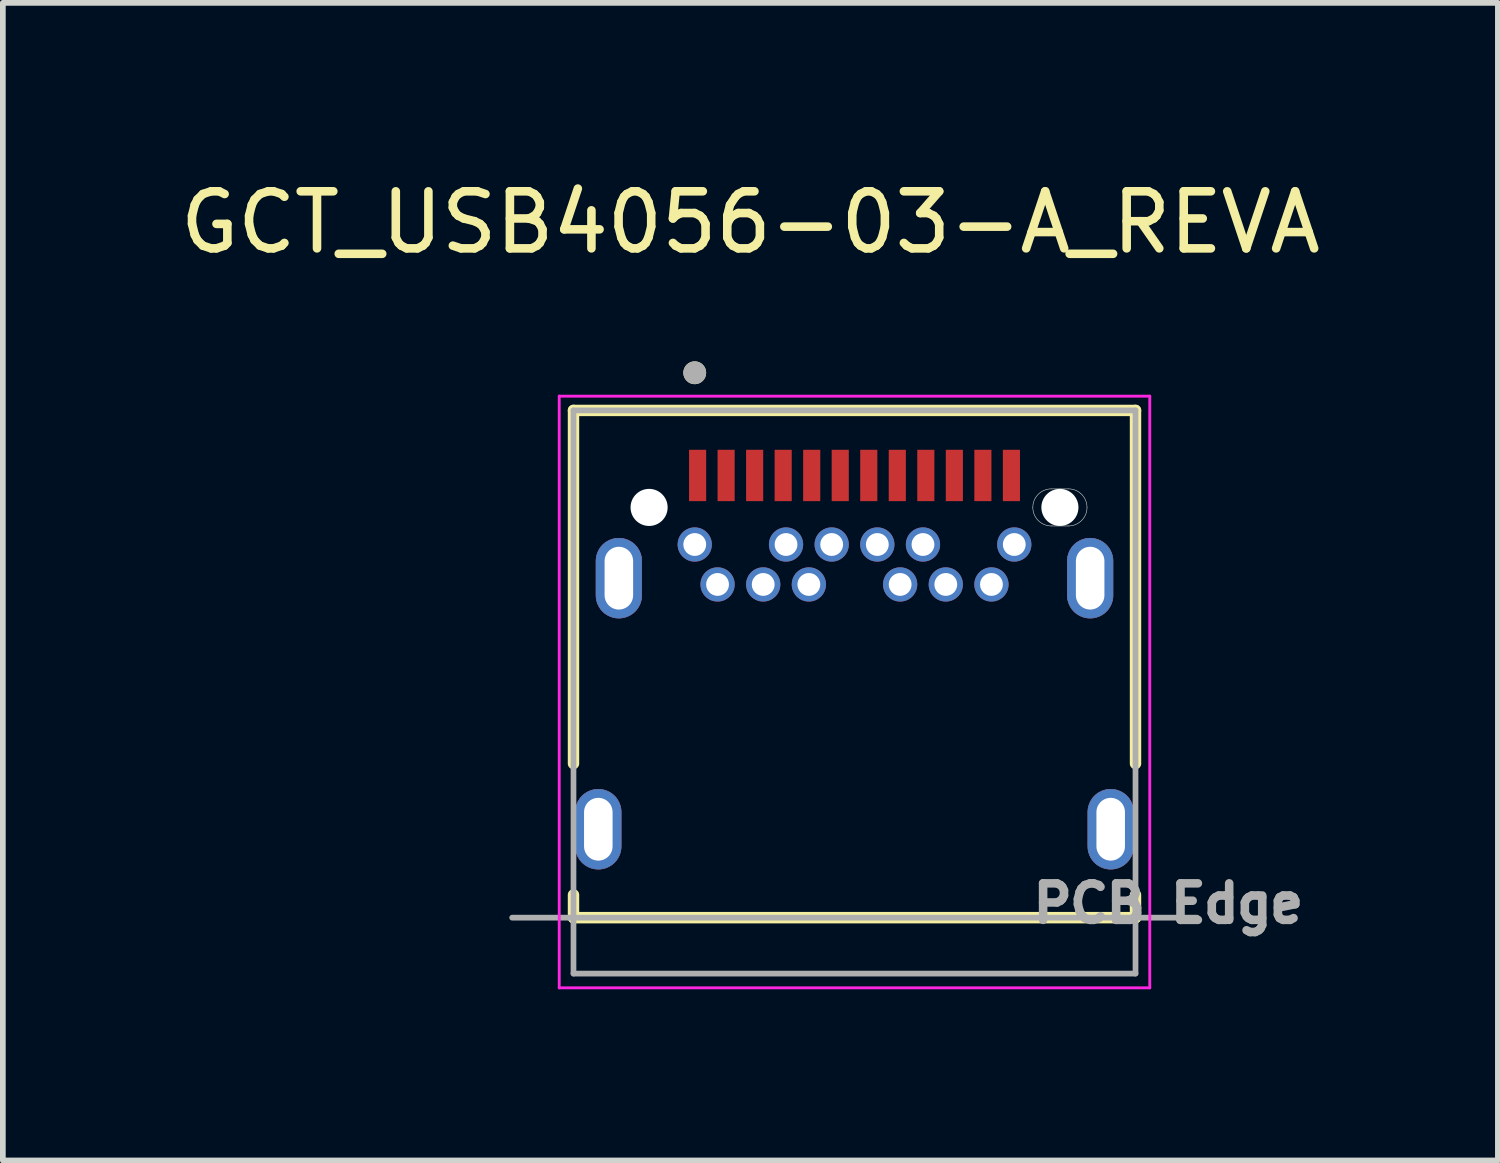
<source format=kicad_pcb>
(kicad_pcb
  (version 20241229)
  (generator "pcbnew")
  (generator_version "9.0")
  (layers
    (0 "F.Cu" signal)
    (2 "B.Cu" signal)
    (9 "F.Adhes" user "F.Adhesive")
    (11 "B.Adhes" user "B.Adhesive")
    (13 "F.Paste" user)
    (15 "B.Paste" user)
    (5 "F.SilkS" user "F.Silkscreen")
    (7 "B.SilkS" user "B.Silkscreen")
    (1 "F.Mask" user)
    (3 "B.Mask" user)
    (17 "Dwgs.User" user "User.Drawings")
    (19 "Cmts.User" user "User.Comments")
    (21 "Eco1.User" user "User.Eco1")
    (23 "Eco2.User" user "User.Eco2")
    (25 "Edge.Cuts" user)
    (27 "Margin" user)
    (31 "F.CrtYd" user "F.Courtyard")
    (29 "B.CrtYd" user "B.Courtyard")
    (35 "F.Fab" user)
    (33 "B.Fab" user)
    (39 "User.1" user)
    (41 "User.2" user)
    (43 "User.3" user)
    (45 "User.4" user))
  (footprint "GCT_USB4056-03-A_REVA"
    (layer "F.Cu")
    (at 11.926 11.483)
    (property "Reference" "GCT_USB4056-03-A_REVA" (at -1.825 -10.635 0) (layer "F.SilkS") (effects (font (size 1 1) (thickness 0.15))))
    (attr through_hole)
    (fp_poly (pts (xy -4.49 -0.7) (xy -4.511 -0.699) (xy -4.532 -0.698) (xy -4.553 -0.695) (xy -4.573 -0.691) (xy -4.594 -0.686) (xy -4.614 -0.68) (xy -4.633 -0.673) (xy -4.653 -0.665) (xy -4.672 -0.656) (xy -4.69 -0.646) (xy -4.708 -0.635) (xy -4.725 -0.624) (xy -4.742 -0.611) (xy -4.758 -0.597) (xy -4.773 -0.583) (xy -4.787 -0.568) (xy -4.801 -0.552) (xy -4.814 -0.535) (xy -4.825 -0.518) (xy -4.836 -0.5) (xy -4.846 -0.482) (xy -4.855 -0.463) (xy -4.863 -0.443) (xy -4.87 -0.424) (xy -4.876 -0.404) (xy -4.881 -0.383) (xy -4.885 -0.363) (xy -4.888 -0.342) (xy -4.889 -0.321) (xy -4.89 -0.3) (xy -4.89 0.3) (xy -4.889 0.321) (xy -4.888 0.342) (xy -4.885 0.363) (xy -4.881 0.383) (xy -4.876 0.404) (xy -4.87 0.424) (xy -4.863 0.443) (xy -4.855 0.463) (xy -4.846 0.482) (xy -4.836 0.5) (xy -4.825 0.518) (xy -4.814 0.535) (xy -4.801 0.552) (xy -4.787 0.568) (xy -4.773 0.583) (xy -4.758 0.597) (xy -4.742 0.611) (xy -4.725 0.624) (xy -4.708 0.635) (xy -4.69 0.646) (xy -4.672 0.656) (xy -4.653 0.665) (xy -4.633 0.673) (xy -4.614 0.68) (xy -4.594 0.686) (xy -4.573 0.691) (xy -4.553 0.695) (xy -4.532 0.698) (xy -4.511 0.699) (xy -4.49 0.7) (xy -4.469 0.699) (xy -4.448 0.698) (xy -4.427 0.695) (xy -4.407 0.691) (xy -4.386 0.686) (xy -4.366 0.68) (xy -4.347 0.673) (xy -4.327 0.665) (xy -4.308 0.656) (xy -4.29 0.646) (xy -4.272 0.635) (xy -4.255 0.624) (xy -4.238 0.611) (xy -4.222 0.597) (xy -4.207 0.583) (xy -4.193 0.568) (xy -4.179 0.552) (xy -4.166 0.535) (xy -4.155 0.518) (xy -4.144 0.5) (xy -4.134 0.482) (xy -4.125 0.463) (xy -4.117 0.443) (xy -4.11 0.424) (xy -4.104 0.404) (xy -4.099 0.383) (xy -4.095 0.363) (xy -4.092 0.342) (xy -4.091 0.321) (xy -4.09 0.3) (xy -4.09 -0.3) (xy -4.091 -0.321) (xy -4.092 -0.342) (xy -4.095 -0.363) (xy -4.099 -0.383) (xy -4.104 -0.404) (xy -4.11 -0.424) (xy -4.117 -0.443) (xy -4.125 -0.463) (xy -4.134 -0.482) (xy -4.144 -0.5) (xy -4.155 -0.518) (xy -4.166 -0.535) (xy -4.179 -0.552) (xy -4.193 -0.568) (xy -4.207 -0.583) (xy -4.222 -0.597) (xy -4.238 -0.611) (xy -4.255 -0.624) (xy -4.272 -0.635) (xy -4.29 -0.646) (xy -4.308 -0.656) (xy -4.327 -0.665) (xy -4.347 -0.673) (xy -4.366 -0.68) (xy -4.386 -0.686) (xy -4.407 -0.691) (xy -4.427 -0.695) (xy -4.448 -0.698) (xy -4.469 -0.699) (xy -4.49 -0.7)) (stroke (width 0.01) (type solid)) (fill yes) (layer "F.Cu"))
    (fp_poly (pts (xy -4.13 -5.1) (xy -4.151 -5.099) (xy -4.172 -5.098) (xy -4.193 -5.095) (xy -4.213 -5.091) (xy -4.234 -5.086) (xy -4.254 -5.08) (xy -4.273 -5.073) (xy -4.293 -5.065) (xy -4.312 -5.056) (xy -4.33 -5.046) (xy -4.348 -5.035) (xy -4.365 -5.024) (xy -4.382 -5.011) (xy -4.398 -4.997) (xy -4.413 -4.983) (xy -4.427 -4.968) (xy -4.441 -4.952) (xy -4.454 -4.935) (xy -4.465 -4.918) (xy -4.476 -4.9) (xy -4.486 -4.882) (xy -4.495 -4.863) (xy -4.503 -4.843) (xy -4.51 -4.824) (xy -4.516 -4.804) (xy -4.521 -4.783) (xy -4.525 -4.763) (xy -4.528 -4.742) (xy -4.529 -4.721) (xy -4.53 -4.7) (xy -4.53 -4.1) (xy -4.529 -4.079) (xy -4.528 -4.058) (xy -4.525 -4.037) (xy -4.521 -4.017) (xy -4.516 -3.996) (xy -4.51 -3.976) (xy -4.503 -3.957) (xy -4.495 -3.937) (xy -4.486 -3.918) (xy -4.476 -3.9) (xy -4.465 -3.882) (xy -4.454 -3.865) (xy -4.441 -3.848) (xy -4.427 -3.832) (xy -4.413 -3.817) (xy -4.398 -3.803) (xy -4.382 -3.789) (xy -4.365 -3.776) (xy -4.348 -3.765) (xy -4.33 -3.754) (xy -4.312 -3.744) (xy -4.293 -3.735) (xy -4.273 -3.727) (xy -4.254 -3.72) (xy -4.234 -3.714) (xy -4.213 -3.709) (xy -4.193 -3.705) (xy -4.172 -3.702) (xy -4.151 -3.701) (xy -4.13 -3.7) (xy -4.109 -3.701) (xy -4.088 -3.702) (xy -4.067 -3.705) (xy -4.047 -3.709) (xy -4.026 -3.714) (xy -4.006 -3.72) (xy -3.987 -3.727) (xy -3.967 -3.735) (xy -3.948 -3.744) (xy -3.93 -3.754) (xy -3.912 -3.765) (xy -3.895 -3.776) (xy -3.878 -3.789) (xy -3.862 -3.803) (xy -3.847 -3.817) (xy -3.833 -3.832) (xy -3.819 -3.848) (xy -3.806 -3.865) (xy -3.795 -3.882) (xy -3.784 -3.9) (xy -3.774 -3.918) (xy -3.765 -3.937) (xy -3.757 -3.957) (xy -3.75 -3.976) (xy -3.744 -3.996) (xy -3.739 -4.017) (xy -3.735 -4.037) (xy -3.732 -4.058) (xy -3.731 -4.079) (xy -3.73 -4.1) (xy -3.73 -4.7) (xy -3.731 -4.721) (xy -3.732 -4.742) (xy -3.735 -4.763) (xy -3.739 -4.783) (xy -3.744 -4.804) (xy -3.75 -4.824) (xy -3.757 -4.843) (xy -3.765 -4.863) (xy -3.774 -4.882) (xy -3.784 -4.9) (xy -3.795 -4.918) (xy -3.806 -4.935) (xy -3.819 -4.952) (xy -3.833 -4.968) (xy -3.847 -4.983) (xy -3.862 -4.997) (xy -3.878 -5.011) (xy -3.895 -5.024) (xy -3.912 -5.035) (xy -3.93 -5.046) (xy -3.948 -5.056) (xy -3.967 -5.065) (xy -3.987 -5.073) (xy -4.006 -5.08) (xy -4.026 -5.086) (xy -4.047 -5.091) (xy -4.067 -5.095) (xy -4.088 -5.098) (xy -4.109 -5.099) (xy -4.13 -5.1)) (stroke (width 0.01) (type solid)) (fill yes) (layer "F.Cu"))
    (fp_poly (pts (xy 4.13 -5.1) (xy 4.109 -5.099) (xy 4.088 -5.098) (xy 4.067 -5.095) (xy 4.047 -5.091) (xy 4.026 -5.086) (xy 4.006 -5.08) (xy 3.987 -5.073) (xy 3.967 -5.065) (xy 3.948 -5.056) (xy 3.93 -5.046) (xy 3.912 -5.035) (xy 3.895 -5.024) (xy 3.878 -5.011) (xy 3.862 -4.997) (xy 3.847 -4.983) (xy 3.833 -4.968) (xy 3.819 -4.952) (xy 3.806 -4.935) (xy 3.795 -4.918) (xy 3.784 -4.9) (xy 3.774 -4.882) (xy 3.765 -4.863) (xy 3.757 -4.843) (xy 3.75 -4.824) (xy 3.744 -4.804) (xy 3.739 -4.783) (xy 3.735 -4.763) (xy 3.732 -4.742) (xy 3.731 -4.721) (xy 3.73 -4.7) (xy 3.73 -4.1) (xy 3.731 -4.079) (xy 3.732 -4.058) (xy 3.735 -4.037) (xy 3.739 -4.017) (xy 3.744 -3.996) (xy 3.75 -3.976) (xy 3.757 -3.957) (xy 3.765 -3.937) (xy 3.774 -3.918) (xy 3.784 -3.9) (xy 3.795 -3.882) (xy 3.806 -3.865) (xy 3.819 -3.848) (xy 3.833 -3.832) (xy 3.847 -3.817) (xy 3.862 -3.803) (xy 3.878 -3.789) (xy 3.895 -3.776) (xy 3.912 -3.765) (xy 3.93 -3.754) (xy 3.948 -3.744) (xy 3.967 -3.735) (xy 3.987 -3.727) (xy 4.006 -3.72) (xy 4.026 -3.714) (xy 4.047 -3.709) (xy 4.067 -3.705) (xy 4.088 -3.702) (xy 4.109 -3.701) (xy 4.13 -3.7) (xy 4.151 -3.701) (xy 4.172 -3.702) (xy 4.193 -3.705) (xy 4.213 -3.709) (xy 4.234 -3.714) (xy 4.254 -3.72) (xy 4.273 -3.727) (xy 4.293 -3.735) (xy 4.312 -3.744) (xy 4.33 -3.754) (xy 4.348 -3.765) (xy 4.365 -3.776) (xy 4.382 -3.789) (xy 4.398 -3.803) (xy 4.413 -3.817) (xy 4.427 -3.832) (xy 4.441 -3.848) (xy 4.454 -3.865) (xy 4.465 -3.882) (xy 4.476 -3.9) (xy 4.486 -3.918) (xy 4.495 -3.937) (xy 4.503 -3.957) (xy 4.51 -3.976) (xy 4.516 -3.996) (xy 4.521 -4.017) (xy 4.525 -4.037) (xy 4.528 -4.058) (xy 4.529 -4.079) (xy 4.53 -4.1) (xy 4.53 -4.7) (xy 4.529 -4.721) (xy 4.528 -4.742) (xy 4.525 -4.763) (xy 4.521 -4.783) (xy 4.516 -4.804) (xy 4.51 -4.824) (xy 4.503 -4.843) (xy 4.495 -4.863) (xy 4.486 -4.882) (xy 4.476 -4.9) (xy 4.465 -4.918) (xy 4.454 -4.935) (xy 4.441 -4.952) (xy 4.427 -4.968) (xy 4.413 -4.983) (xy 4.398 -4.997) (xy 4.382 -5.011) (xy 4.365 -5.024) (xy 4.348 -5.035) (xy 4.33 -5.046) (xy 4.312 -5.056) (xy 4.293 -5.065) (xy 4.273 -5.073) (xy 4.254 -5.08) (xy 4.234 -5.086) (xy 4.213 -5.091) (xy 4.193 -5.095) (xy 4.172 -5.098) (xy 4.151 -5.099) (xy 4.13 -5.1)) (stroke (width 0.01) (type solid)) (fill yes) (layer "F.Cu"))
    (fp_poly (pts (xy 4.49 -0.7) (xy 4.469 -0.699) (xy 4.448 -0.698) (xy 4.427 -0.695) (xy 4.407 -0.691) (xy 4.386 -0.686) (xy 4.366 -0.68) (xy 4.347 -0.673) (xy 4.327 -0.665) (xy 4.308 -0.656) (xy 4.29 -0.646) (xy 4.272 -0.635) (xy 4.255 -0.624) (xy 4.238 -0.611) (xy 4.222 -0.597) (xy 4.207 -0.583) (xy 4.193 -0.568) (xy 4.179 -0.552) (xy 4.166 -0.535) (xy 4.155 -0.518) (xy 4.144 -0.5) (xy 4.134 -0.482) (xy 4.125 -0.463) (xy 4.117 -0.443) (xy 4.11 -0.424) (xy 4.104 -0.404) (xy 4.099 -0.383) (xy 4.095 -0.363) (xy 4.092 -0.342) (xy 4.091 -0.321) (xy 4.09 -0.3) (xy 4.09 0.3) (xy 4.091 0.321) (xy 4.092 0.342) (xy 4.095 0.363) (xy 4.099 0.383) (xy 4.104 0.404) (xy 4.11 0.424) (xy 4.117 0.443) (xy 4.125 0.463) (xy 4.134 0.482) (xy 4.144 0.5) (xy 4.155 0.518) (xy 4.166 0.535) (xy 4.179 0.552) (xy 4.193 0.568) (xy 4.207 0.583) (xy 4.222 0.597) (xy 4.238 0.611) (xy 4.255 0.624) (xy 4.272 0.635) (xy 4.29 0.646) (xy 4.308 0.656) (xy 4.327 0.665) (xy 4.347 0.673) (xy 4.366 0.68) (xy 4.386 0.686) (xy 4.407 0.691) (xy 4.427 0.695) (xy 4.448 0.698) (xy 4.469 0.699) (xy 4.49 0.7) (xy 4.511 0.699) (xy 4.532 0.698) (xy 4.553 0.695) (xy 4.573 0.691) (xy 4.594 0.686) (xy 4.614 0.68) (xy 4.633 0.673) (xy 4.653 0.665) (xy 4.672 0.656) (xy 4.69 0.646) (xy 4.708 0.635) (xy 4.725 0.624) (xy 4.742 0.611) (xy 4.758 0.597) (xy 4.773 0.583) (xy 4.787 0.568) (xy 4.801 0.552) (xy 4.814 0.535) (xy 4.825 0.518) (xy 4.836 0.5) (xy 4.846 0.482) (xy 4.855 0.463) (xy 4.863 0.443) (xy 4.87 0.424) (xy 4.876 0.404) (xy 4.881 0.383) (xy 4.885 0.363) (xy 4.888 0.342) (xy 4.889 0.321) (xy 4.89 0.3) (xy 4.89 -0.3) (xy 4.889 -0.321) (xy 4.888 -0.342) (xy 4.885 -0.363) (xy 4.881 -0.383) (xy 4.876 -0.404) (xy 4.87 -0.424) (xy 4.863 -0.443) (xy 4.855 -0.463) (xy 4.846 -0.482) (xy 4.836 -0.5) (xy 4.825 -0.518) (xy 4.814 -0.535) (xy 4.801 -0.552) (xy 4.787 -0.568) (xy 4.773 -0.583) (xy 4.758 -0.597) (xy 4.742 -0.611) (xy 4.725 -0.624) (xy 4.708 -0.635) (xy 4.69 -0.646) (xy 4.672 -0.656) (xy 4.653 -0.665) (xy 4.633 -0.673) (xy 4.614 -0.68) (xy 4.594 -0.686) (xy 4.573 -0.691) (xy 4.553 -0.695) (xy 4.532 -0.698) (xy 4.511 -0.699) (xy 4.49 -0.7)) (stroke (width 0.01) (type solid)) (fill yes) (layer "F.Cu"))
    (fp_poly (pts (xy -4.49 -0.8) (xy -4.516 -0.799) (xy -4.542 -0.797) (xy -4.568 -0.794) (xy -4.594 -0.789) (xy -4.619 -0.783) (xy -4.645 -0.776) (xy -4.669 -0.767) (xy -4.693 -0.757) (xy -4.717 -0.746) (xy -4.74 -0.733) (xy -4.762 -0.719) (xy -4.784 -0.705) (xy -4.805 -0.689) (xy -4.825 -0.672) (xy -4.844 -0.654) (xy -4.862 -0.635) (xy -4.879 -0.615) (xy -4.895 -0.594) (xy -4.909 -0.572) (xy -4.923 -0.55) (xy -4.936 -0.527) (xy -4.947 -0.503) (xy -4.957 -0.479) (xy -4.966 -0.455) (xy -4.973 -0.429) (xy -4.979 -0.404) (xy -4.984 -0.378) (xy -4.987 -0.352) (xy -4.989 -0.326) (xy -4.99 -0.3) (xy -4.99 0.3) (xy -4.989 0.326) (xy -4.987 0.352) (xy -4.984 0.378) (xy -4.979 0.404) (xy -4.973 0.429) (xy -4.966 0.455) (xy -4.957 0.479) (xy -4.947 0.503) (xy -4.936 0.527) (xy -4.923 0.55) (xy -4.909 0.572) (xy -4.895 0.594) (xy -4.879 0.615) (xy -4.862 0.635) (xy -4.844 0.654) (xy -4.825 0.672) (xy -4.805 0.689) (xy -4.784 0.705) (xy -4.762 0.719) (xy -4.74 0.733) (xy -4.717 0.746) (xy -4.693 0.757) (xy -4.669 0.767) (xy -4.645 0.776) (xy -4.619 0.783) (xy -4.594 0.789) (xy -4.568 0.794) (xy -4.542 0.797) (xy -4.516 0.799) (xy -4.49 0.8) (xy -4.464 0.799) (xy -4.438 0.797) (xy -4.412 0.794) (xy -4.386 0.789) (xy -4.361 0.783) (xy -4.335 0.776) (xy -4.311 0.767) (xy -4.287 0.757) (xy -4.263 0.746) (xy -4.24 0.733) (xy -4.218 0.719) (xy -4.196 0.705) (xy -4.175 0.689) (xy -4.155 0.672) (xy -4.136 0.654) (xy -4.118 0.635) (xy -4.101 0.615) (xy -4.085 0.594) (xy -4.071 0.572) (xy -4.057 0.55) (xy -4.044 0.527) (xy -4.033 0.503) (xy -4.023 0.479) (xy -4.014 0.455) (xy -4.007 0.429) (xy -4.001 0.404) (xy -3.996 0.378) (xy -3.993 0.352) (xy -3.991 0.326) (xy -3.99 0.3) (xy -3.99 -0.3) (xy -3.991 -0.326) (xy -3.993 -0.352) (xy -3.996 -0.378) (xy -4.001 -0.404) (xy -4.007 -0.429) (xy -4.014 -0.455) (xy -4.023 -0.479) (xy -4.033 -0.503) (xy -4.044 -0.527) (xy -4.057 -0.55) (xy -4.071 -0.572) (xy -4.085 -0.594) (xy -4.101 -0.615) (xy -4.118 -0.635) (xy -4.136 -0.654) (xy -4.155 -0.672) (xy -4.175 -0.689) (xy -4.196 -0.705) (xy -4.218 -0.719) (xy -4.24 -0.733) (xy -4.263 -0.746) (xy -4.287 -0.757) (xy -4.311 -0.767) (xy -4.335 -0.776) (xy -4.361 -0.783) (xy -4.386 -0.789) (xy -4.412 -0.794) (xy -4.438 -0.797) (xy -4.464 -0.799) (xy -4.49 -0.8)) (stroke (width 0.01) (type solid)) (fill yes) (layer "F.Mask"))
    (fp_poly (pts (xy -4.13 -5.2) (xy -4.156 -5.199) (xy -4.182 -5.197) (xy -4.208 -5.194) (xy -4.234 -5.189) (xy -4.259 -5.183) (xy -4.285 -5.176) (xy -4.309 -5.167) (xy -4.333 -5.157) (xy -4.357 -5.146) (xy -4.38 -5.133) (xy -4.402 -5.119) (xy -4.424 -5.105) (xy -4.445 -5.089) (xy -4.465 -5.072) (xy -4.484 -5.054) (xy -4.502 -5.035) (xy -4.519 -5.015) (xy -4.535 -4.994) (xy -4.549 -4.972) (xy -4.563 -4.95) (xy -4.576 -4.927) (xy -4.587 -4.903) (xy -4.597 -4.879) (xy -4.606 -4.855) (xy -4.613 -4.829) (xy -4.619 -4.804) (xy -4.624 -4.778) (xy -4.627 -4.752) (xy -4.629 -4.726) (xy -4.63 -4.7) (xy -4.63 -4.1) (xy -4.629 -4.074) (xy -4.627 -4.048) (xy -4.624 -4.022) (xy -4.619 -3.996) (xy -4.613 -3.971) (xy -4.606 -3.945) (xy -4.597 -3.921) (xy -4.587 -3.897) (xy -4.576 -3.873) (xy -4.563 -3.85) (xy -4.549 -3.828) (xy -4.535 -3.806) (xy -4.519 -3.785) (xy -4.502 -3.765) (xy -4.484 -3.746) (xy -4.465 -3.728) (xy -4.445 -3.711) (xy -4.424 -3.695) (xy -4.402 -3.681) (xy -4.38 -3.667) (xy -4.357 -3.654) (xy -4.333 -3.643) (xy -4.309 -3.633) (xy -4.285 -3.624) (xy -4.259 -3.617) (xy -4.234 -3.611) (xy -4.208 -3.606) (xy -4.182 -3.603) (xy -4.156 -3.601) (xy -4.13 -3.6) (xy -4.104 -3.601) (xy -4.078 -3.603) (xy -4.052 -3.606) (xy -4.026 -3.611) (xy -4.001 -3.617) (xy -3.975 -3.624) (xy -3.951 -3.633) (xy -3.927 -3.643) (xy -3.903 -3.654) (xy -3.88 -3.667) (xy -3.858 -3.681) (xy -3.836 -3.695) (xy -3.815 -3.711) (xy -3.795 -3.728) (xy -3.776 -3.746) (xy -3.758 -3.765) (xy -3.741 -3.785) (xy -3.725 -3.806) (xy -3.711 -3.828) (xy -3.697 -3.85) (xy -3.684 -3.873) (xy -3.673 -3.897) (xy -3.663 -3.921) (xy -3.654 -3.945) (xy -3.647 -3.971) (xy -3.641 -3.996) (xy -3.636 -4.022) (xy -3.633 -4.048) (xy -3.631 -4.074) (xy -3.63 -4.1) (xy -3.63 -4.7) (xy -3.631 -4.726) (xy -3.633 -4.752) (xy -3.636 -4.778) (xy -3.641 -4.804) (xy -3.647 -4.829) (xy -3.654 -4.855) (xy -3.663 -4.879) (xy -3.673 -4.903) (xy -3.684 -4.927) (xy -3.697 -4.95) (xy -3.711 -4.972) (xy -3.725 -4.994) (xy -3.741 -5.015) (xy -3.758 -5.035) (xy -3.776 -5.054) (xy -3.795 -5.072) (xy -3.815 -5.089) (xy -3.836 -5.105) (xy -3.858 -5.119) (xy -3.88 -5.133) (xy -3.903 -5.146) (xy -3.927 -5.157) (xy -3.951 -5.167) (xy -3.975 -5.176) (xy -4.001 -5.183) (xy -4.026 -5.189) (xy -4.052 -5.194) (xy -4.078 -5.197) (xy -4.104 -5.199) (xy -4.13 -5.2)) (stroke (width 0.01) (type solid)) (fill yes) (layer "F.Mask"))
    (fp_poly (pts (xy 3.025 -5.64) (xy 3.026 -5.662) (xy 3.027 -5.684) (xy 3.03 -5.706) (xy 3.034 -5.728) (xy 3.039 -5.75) (xy 3.046 -5.771) (xy 3.053 -5.792) (xy 3.062 -5.813) (xy 3.071 -5.833) (xy 3.082 -5.853) (xy 3.094 -5.871) (xy 3.106 -5.89) (xy 3.12 -5.907) (xy 3.134 -5.924) (xy 3.149 -5.941) (xy 3.166 -5.956) (xy 3.183 -5.97) (xy 3.2 -5.984) (xy 3.219 -5.996) (xy 3.237 -6.008) (xy 3.257 -6.019) (xy 3.277 -6.028) (xy 3.298 -6.037) (xy 3.319 -6.044) (xy 3.34 -6.051) (xy 3.362 -6.056) (xy 3.384 -6.06) (xy 3.406 -6.063) (xy 3.428 -6.064) (xy 3.45 -6.065) (xy 3.75 -6.065) (xy 3.772 -6.064) (xy 3.794 -6.063) (xy 3.816 -6.06) (xy 3.838 -6.056) (xy 3.86 -6.051) (xy 3.881 -6.044) (xy 3.902 -6.037) (xy 3.923 -6.028) (xy 3.943 -6.019) (xy 3.962 -6.008) (xy 3.981 -5.996) (xy 4 -5.984) (xy 4.017 -5.97) (xy 4.034 -5.956) (xy 4.051 -5.941) (xy 4.066 -5.924) (xy 4.08 -5.907) (xy 4.094 -5.89) (xy 4.106 -5.871) (xy 4.118 -5.853) (xy 4.129 -5.833) (xy 4.138 -5.813) (xy 4.147 -5.792) (xy 4.154 -5.771) (xy 4.161 -5.75) (xy 4.166 -5.728) (xy 4.17 -5.706) (xy 4.173 -5.684) (xy 4.174 -5.662) (xy 4.175 -5.64) (xy 4.174 -5.618) (xy 4.173 -5.596) (xy 4.17 -5.574) (xy 4.166 -5.552) (xy 4.161 -5.53) (xy 4.154 -5.509) (xy 4.147 -5.488) (xy 4.138 -5.467) (xy 4.129 -5.447) (xy 4.118 -5.428) (xy 4.106 -5.409) (xy 4.094 -5.39) (xy 4.08 -5.373) (xy 4.066 -5.356) (xy 4.051 -5.339) (xy 4.034 -5.324) (xy 4.017 -5.31) (xy 4 -5.296) (xy 3.981 -5.284) (xy 3.962 -5.272) (xy 3.943 -5.261) (xy 3.923 -5.252) (xy 3.902 -5.243) (xy 3.881 -5.236) (xy 3.86 -5.229) (xy 3.838 -5.224) (xy 3.816 -5.22) (xy 3.794 -5.217) (xy 3.772 -5.216) (xy 3.75 -5.215) (xy 3.45 -5.215) (xy 3.428 -5.216) (xy 3.406 -5.217) (xy 3.384 -5.22) (xy 3.362 -5.224) (xy 3.34 -5.229) (xy 3.319 -5.236) (xy 3.298 -5.243) (xy 3.277 -5.252) (xy 3.257 -5.261) (xy 3.237 -5.272) (xy 3.219 -5.284) (xy 3.2 -5.296) (xy 3.183 -5.31) (xy 3.166 -5.324) (xy 3.149 -5.339) (xy 3.134 -5.356) (xy 3.12 -5.373) (xy 3.106 -5.39) (xy 3.094 -5.409) (xy 3.082 -5.428) (xy 3.071 -5.447) (xy 3.062 -5.467) (xy 3.053 -5.488) (xy 3.046 -5.509) (xy 3.039 -5.53) (xy 3.034 -5.552) (xy 3.03 -5.574) (xy 3.027 -5.596) (xy 3.026 -5.618) (xy 3.025 -5.64)) (stroke (width 0.01) (type solid)) (fill yes) (layer "F.Mask"))
    (fp_poly (pts (xy 4.13 -5.2) (xy 4.104 -5.199) (xy 4.078 -5.197) (xy 4.052 -5.194) (xy 4.026 -5.189) (xy 4.001 -5.183) (xy 3.975 -5.176) (xy 3.951 -5.167) (xy 3.927 -5.157) (xy 3.903 -5.146) (xy 3.88 -5.133) (xy 3.858 -5.119) (xy 3.836 -5.105) (xy 3.815 -5.089) (xy 3.795 -5.072) (xy 3.776 -5.054) (xy 3.758 -5.035) (xy 3.741 -5.015) (xy 3.725 -4.994) (xy 3.711 -4.972) (xy 3.697 -4.95) (xy 3.684 -4.927) (xy 3.673 -4.903) (xy 3.663 -4.879) (xy 3.654 -4.855) (xy 3.647 -4.829) (xy 3.641 -4.804) (xy 3.636 -4.778) (xy 3.633 -4.752) (xy 3.631 -4.726) (xy 3.63 -4.7) (xy 3.63 -4.1) (xy 3.631 -4.074) (xy 3.633 -4.048) (xy 3.636 -4.022) (xy 3.641 -3.996) (xy 3.647 -3.971) (xy 3.654 -3.945) (xy 3.663 -3.921) (xy 3.673 -3.897) (xy 3.684 -3.873) (xy 3.697 -3.85) (xy 3.711 -3.828) (xy 3.725 -3.806) (xy 3.741 -3.785) (xy 3.758 -3.765) (xy 3.776 -3.746) (xy 3.795 -3.728) (xy 3.815 -3.711) (xy 3.836 -3.695) (xy 3.858 -3.681) (xy 3.88 -3.667) (xy 3.903 -3.654) (xy 3.927 -3.643) (xy 3.951 -3.633) (xy 3.975 -3.624) (xy 4.001 -3.617) (xy 4.026 -3.611) (xy 4.052 -3.606) (xy 4.078 -3.603) (xy 4.104 -3.601) (xy 4.13 -3.6) (xy 4.156 -3.601) (xy 4.182 -3.603) (xy 4.208 -3.606) (xy 4.234 -3.611) (xy 4.259 -3.617) (xy 4.285 -3.624) (xy 4.309 -3.633) (xy 4.333 -3.643) (xy 4.357 -3.654) (xy 4.38 -3.667) (xy 4.402 -3.681) (xy 4.424 -3.695) (xy 4.445 -3.711) (xy 4.465 -3.728) (xy 4.484 -3.746) (xy 4.502 -3.765) (xy 4.519 -3.785) (xy 4.535 -3.806) (xy 4.549 -3.828) (xy 4.563 -3.85) (xy 4.576 -3.873) (xy 4.587 -3.897) (xy 4.597 -3.921) (xy 4.606 -3.945) (xy 4.613 -3.971) (xy 4.619 -3.996) (xy 4.624 -4.022) (xy 4.627 -4.048) (xy 4.629 -4.074) (xy 4.63 -4.1) (xy 4.63 -4.7) (xy 4.629 -4.726) (xy 4.627 -4.752) (xy 4.624 -4.778) (xy 4.619 -4.804) (xy 4.613 -4.829) (xy 4.606 -4.855) (xy 4.597 -4.879) (xy 4.587 -4.903) (xy 4.576 -4.927) (xy 4.563 -4.95) (xy 4.549 -4.972) (xy 4.535 -4.994) (xy 4.519 -5.015) (xy 4.502 -5.035) (xy 4.484 -5.054) (xy 4.465 -5.072) (xy 4.445 -5.089) (xy 4.424 -5.105) (xy 4.402 -5.119) (xy 4.38 -5.133) (xy 4.357 -5.146) (xy 4.333 -5.157) (xy 4.309 -5.167) (xy 4.285 -5.176) (xy 4.259 -5.183) (xy 4.234 -5.189) (xy 4.208 -5.194) (xy 4.182 -5.197) (xy 4.156 -5.199) (xy 4.13 -5.2)) (stroke (width 0.01) (type solid)) (fill yes) (layer "F.Mask"))
    (fp_poly (pts (xy 4.49 -0.8) (xy 4.464 -0.799) (xy 4.438 -0.797) (xy 4.412 -0.794) (xy 4.386 -0.789) (xy 4.361 -0.783) (xy 4.335 -0.776) (xy 4.311 -0.767) (xy 4.287 -0.757) (xy 4.263 -0.746) (xy 4.24 -0.733) (xy 4.218 -0.719) (xy 4.196 -0.705) (xy 4.175 -0.689) (xy 4.155 -0.672) (xy 4.136 -0.654) (xy 4.118 -0.635) (xy 4.101 -0.615) (xy 4.085 -0.594) (xy 4.071 -0.572) (xy 4.057 -0.55) (xy 4.044 -0.527) (xy 4.033 -0.503) (xy 4.023 -0.479) (xy 4.014 -0.455) (xy 4.007 -0.429) (xy 4.001 -0.404) (xy 3.996 -0.378) (xy 3.993 -0.352) (xy 3.991 -0.326) (xy 3.99 -0.3) (xy 3.99 0.3) (xy 3.991 0.326) (xy 3.993 0.352) (xy 3.996 0.378) (xy 4.001 0.404) (xy 4.007 0.429) (xy 4.014 0.455) (xy 4.023 0.479) (xy 4.033 0.503) (xy 4.044 0.527) (xy 4.057 0.55) (xy 4.071 0.572) (xy 4.085 0.594) (xy 4.101 0.615) (xy 4.118 0.635) (xy 4.136 0.654) (xy 4.155 0.672) (xy 4.175 0.689) (xy 4.196 0.705) (xy 4.218 0.719) (xy 4.24 0.733) (xy 4.263 0.746) (xy 4.287 0.757) (xy 4.311 0.767) (xy 4.335 0.776) (xy 4.361 0.783) (xy 4.386 0.789) (xy 4.412 0.794) (xy 4.438 0.797) (xy 4.464 0.799) (xy 4.49 0.8) (xy 4.516 0.799) (xy 4.542 0.797) (xy 4.568 0.794) (xy 4.594 0.789) (xy 4.619 0.783) (xy 4.645 0.776) (xy 4.669 0.767) (xy 4.693 0.757) (xy 4.717 0.746) (xy 4.74 0.733) (xy 4.762 0.719) (xy 4.784 0.705) (xy 4.805 0.689) (xy 4.825 0.672) (xy 4.844 0.654) (xy 4.862 0.635) (xy 4.879 0.615) (xy 4.895 0.594) (xy 4.909 0.572) (xy 4.923 0.55) (xy 4.936 0.527) (xy 4.947 0.503) (xy 4.957 0.479) (xy 4.966 0.455) (xy 4.973 0.429) (xy 4.979 0.404) (xy 4.984 0.378) (xy 4.987 0.352) (xy 4.989 0.326) (xy 4.99 0.3) (xy 4.99 -0.3) (xy 4.989 -0.326) (xy 4.987 -0.352) (xy 4.984 -0.378) (xy 4.979 -0.404) (xy 4.973 -0.429) (xy 4.966 -0.455) (xy 4.957 -0.479) (xy 4.947 -0.503) (xy 4.936 -0.527) (xy 4.923 -0.55) (xy 4.909 -0.572) (xy 4.895 -0.594) (xy 4.879 -0.615) (xy 4.862 -0.635) (xy 4.844 -0.654) (xy 4.825 -0.672) (xy 4.805 -0.689) (xy 4.784 -0.705) (xy 4.762 -0.719) (xy 4.74 -0.733) (xy 4.717 -0.746) (xy 4.693 -0.757) (xy 4.669 -0.767) (xy 4.645 -0.776) (xy 4.619 -0.783) (xy 4.594 -0.789) (xy 4.568 -0.794) (xy 4.542 -0.797) (xy 4.516 -0.799) (xy 4.49 -0.8)) (stroke (width 0.01) (type solid)) (fill yes) (layer "F.Mask"))
    (fp_poly (pts (xy -4.49 -0.7) (xy -4.511 -0.699) (xy -4.532 -0.698) (xy -4.553 -0.695) (xy -4.573 -0.691) (xy -4.594 -0.686) (xy -4.614 -0.68) (xy -4.633 -0.673) (xy -4.653 -0.665) (xy -4.672 -0.656) (xy -4.69 -0.646) (xy -4.708 -0.635) (xy -4.725 -0.624) (xy -4.742 -0.611) (xy -4.758 -0.597) (xy -4.773 -0.583) (xy -4.787 -0.568) (xy -4.801 -0.552) (xy -4.814 -0.535) (xy -4.825 -0.518) (xy -4.836 -0.5) (xy -4.846 -0.482) (xy -4.855 -0.463) (xy -4.863 -0.443) (xy -4.87 -0.424) (xy -4.876 -0.404) (xy -4.881 -0.383) (xy -4.885 -0.363) (xy -4.888 -0.342) (xy -4.889 -0.321) (xy -4.89 -0.3) (xy -4.89 0.3) (xy -4.889 0.321) (xy -4.888 0.342) (xy -4.885 0.363) (xy -4.881 0.383) (xy -4.876 0.404) (xy -4.87 0.424) (xy -4.863 0.443) (xy -4.855 0.463) (xy -4.846 0.482) (xy -4.836 0.5) (xy -4.825 0.518) (xy -4.814 0.535) (xy -4.801 0.552) (xy -4.787 0.568) (xy -4.773 0.583) (xy -4.758 0.597) (xy -4.742 0.611) (xy -4.725 0.624) (xy -4.708 0.635) (xy -4.69 0.646) (xy -4.672 0.656) (xy -4.653 0.665) (xy -4.633 0.673) (xy -4.614 0.68) (xy -4.594 0.686) (xy -4.573 0.691) (xy -4.553 0.695) (xy -4.532 0.698) (xy -4.511 0.699) (xy -4.49 0.7) (xy -4.469 0.699) (xy -4.448 0.698) (xy -4.427 0.695) (xy -4.407 0.691) (xy -4.386 0.686) (xy -4.366 0.68) (xy -4.347 0.673) (xy -4.327 0.665) (xy -4.308 0.656) (xy -4.29 0.646) (xy -4.272 0.635) (xy -4.255 0.624) (xy -4.238 0.611) (xy -4.222 0.597) (xy -4.207 0.583) (xy -4.193 0.568) (xy -4.179 0.552) (xy -4.166 0.535) (xy -4.155 0.518) (xy -4.144 0.5) (xy -4.134 0.482) (xy -4.125 0.463) (xy -4.117 0.443) (xy -4.11 0.424) (xy -4.104 0.404) (xy -4.099 0.383) (xy -4.095 0.363) (xy -4.092 0.342) (xy -4.091 0.321) (xy -4.09 0.3) (xy -4.09 -0.3) (xy -4.091 -0.321) (xy -4.092 -0.342) (xy -4.095 -0.363) (xy -4.099 -0.383) (xy -4.104 -0.404) (xy -4.11 -0.424) (xy -4.117 -0.443) (xy -4.125 -0.463) (xy -4.134 -0.482) (xy -4.144 -0.5) (xy -4.155 -0.518) (xy -4.166 -0.535) (xy -4.179 -0.552) (xy -4.193 -0.568) (xy -4.207 -0.583) (xy -4.222 -0.597) (xy -4.238 -0.611) (xy -4.255 -0.624) (xy -4.272 -0.635) (xy -4.29 -0.646) (xy -4.308 -0.656) (xy -4.327 -0.665) (xy -4.347 -0.673) (xy -4.366 -0.68) (xy -4.386 -0.686) (xy -4.407 -0.691) (xy -4.427 -0.695) (xy -4.448 -0.698) (xy -4.469 -0.699) (xy -4.49 -0.7)) (stroke (width 0.01) (type solid)) (fill yes) (layer "B.Cu"))
    (fp_poly (pts (xy -4.13 -5.1) (xy -4.151 -5.099) (xy -4.172 -5.098) (xy -4.193 -5.095) (xy -4.213 -5.091) (xy -4.234 -5.086) (xy -4.254 -5.08) (xy -4.273 -5.073) (xy -4.293 -5.065) (xy -4.312 -5.056) (xy -4.33 -5.046) (xy -4.348 -5.035) (xy -4.365 -5.024) (xy -4.382 -5.011) (xy -4.398 -4.997) (xy -4.413 -4.983) (xy -4.427 -4.968) (xy -4.441 -4.952) (xy -4.454 -4.935) (xy -4.465 -4.918) (xy -4.476 -4.9) (xy -4.486 -4.882) (xy -4.495 -4.863) (xy -4.503 -4.843) (xy -4.51 -4.824) (xy -4.516 -4.804) (xy -4.521 -4.783) (xy -4.525 -4.763) (xy -4.528 -4.742) (xy -4.529 -4.721) (xy -4.53 -4.7) (xy -4.53 -4.1) (xy -4.529 -4.079) (xy -4.528 -4.058) (xy -4.525 -4.037) (xy -4.521 -4.017) (xy -4.516 -3.996) (xy -4.51 -3.976) (xy -4.503 -3.957) (xy -4.495 -3.937) (xy -4.486 -3.918) (xy -4.476 -3.9) (xy -4.465 -3.882) (xy -4.454 -3.865) (xy -4.441 -3.848) (xy -4.427 -3.832) (xy -4.413 -3.817) (xy -4.398 -3.803) (xy -4.382 -3.789) (xy -4.365 -3.776) (xy -4.348 -3.765) (xy -4.33 -3.754) (xy -4.312 -3.744) (xy -4.293 -3.735) (xy -4.273 -3.727) (xy -4.254 -3.72) (xy -4.234 -3.714) (xy -4.213 -3.709) (xy -4.193 -3.705) (xy -4.172 -3.702) (xy -4.151 -3.701) (xy -4.13 -3.7) (xy -4.109 -3.701) (xy -4.088 -3.702) (xy -4.067 -3.705) (xy -4.047 -3.709) (xy -4.026 -3.714) (xy -4.006 -3.72) (xy -3.987 -3.727) (xy -3.967 -3.735) (xy -3.948 -3.744) (xy -3.93 -3.754) (xy -3.912 -3.765) (xy -3.895 -3.776) (xy -3.878 -3.789) (xy -3.862 -3.803) (xy -3.847 -3.817) (xy -3.833 -3.832) (xy -3.819 -3.848) (xy -3.806 -3.865) (xy -3.795 -3.882) (xy -3.784 -3.9) (xy -3.774 -3.918) (xy -3.765 -3.937) (xy -3.757 -3.957) (xy -3.75 -3.976) (xy -3.744 -3.996) (xy -3.739 -4.017) (xy -3.735 -4.037) (xy -3.732 -4.058) (xy -3.731 -4.079) (xy -3.73 -4.1) (xy -3.73 -4.7) (xy -3.731 -4.721) (xy -3.732 -4.742) (xy -3.735 -4.763) (xy -3.739 -4.783) (xy -3.744 -4.804) (xy -3.75 -4.824) (xy -3.757 -4.843) (xy -3.765 -4.863) (xy -3.774 -4.882) (xy -3.784 -4.9) (xy -3.795 -4.918) (xy -3.806 -4.935) (xy -3.819 -4.952) (xy -3.833 -4.968) (xy -3.847 -4.983) (xy -3.862 -4.997) (xy -3.878 -5.011) (xy -3.895 -5.024) (xy -3.912 -5.035) (xy -3.93 -5.046) (xy -3.948 -5.056) (xy -3.967 -5.065) (xy -3.987 -5.073) (xy -4.006 -5.08) (xy -4.026 -5.086) (xy -4.047 -5.091) (xy -4.067 -5.095) (xy -4.088 -5.098) (xy -4.109 -5.099) (xy -4.13 -5.1)) (stroke (width 0.01) (type solid)) (fill yes) (layer "B.Cu"))
    (fp_poly (pts (xy 4.13 -5.1) (xy 4.109 -5.099) (xy 4.088 -5.098) (xy 4.067 -5.095) (xy 4.047 -5.091) (xy 4.026 -5.086) (xy 4.006 -5.08) (xy 3.987 -5.073) (xy 3.967 -5.065) (xy 3.948 -5.056) (xy 3.93 -5.046) (xy 3.912 -5.035) (xy 3.895 -5.024) (xy 3.878 -5.011) (xy 3.862 -4.997) (xy 3.847 -4.983) (xy 3.833 -4.968) (xy 3.819 -4.952) (xy 3.806 -4.935) (xy 3.795 -4.918) (xy 3.784 -4.9) (xy 3.774 -4.882) (xy 3.765 -4.863) (xy 3.757 -4.843) (xy 3.75 -4.824) (xy 3.744 -4.804) (xy 3.739 -4.783) (xy 3.735 -4.763) (xy 3.732 -4.742) (xy 3.731 -4.721) (xy 3.73 -4.7) (xy 3.73 -4.1) (xy 3.731 -4.079) (xy 3.732 -4.058) (xy 3.735 -4.037) (xy 3.739 -4.017) (xy 3.744 -3.996) (xy 3.75 -3.976) (xy 3.757 -3.957) (xy 3.765 -3.937) (xy 3.774 -3.918) (xy 3.784 -3.9) (xy 3.795 -3.882) (xy 3.806 -3.865) (xy 3.819 -3.848) (xy 3.833 -3.832) (xy 3.847 -3.817) (xy 3.862 -3.803) (xy 3.878 -3.789) (xy 3.895 -3.776) (xy 3.912 -3.765) (xy 3.93 -3.754) (xy 3.948 -3.744) (xy 3.967 -3.735) (xy 3.987 -3.727) (xy 4.006 -3.72) (xy 4.026 -3.714) (xy 4.047 -3.709) (xy 4.067 -3.705) (xy 4.088 -3.702) (xy 4.109 -3.701) (xy 4.13 -3.7) (xy 4.151 -3.701) (xy 4.172 -3.702) (xy 4.193 -3.705) (xy 4.213 -3.709) (xy 4.234 -3.714) (xy 4.254 -3.72) (xy 4.273 -3.727) (xy 4.293 -3.735) (xy 4.312 -3.744) (xy 4.33 -3.754) (xy 4.348 -3.765) (xy 4.365 -3.776) (xy 4.382 -3.789) (xy 4.398 -3.803) (xy 4.413 -3.817) (xy 4.427 -3.832) (xy 4.441 -3.848) (xy 4.454 -3.865) (xy 4.465 -3.882) (xy 4.476 -3.9) (xy 4.486 -3.918) (xy 4.495 -3.937) (xy 4.503 -3.957) (xy 4.51 -3.976) (xy 4.516 -3.996) (xy 4.521 -4.017) (xy 4.525 -4.037) (xy 4.528 -4.058) (xy 4.529 -4.079) (xy 4.53 -4.1) (xy 4.53 -4.7) (xy 4.529 -4.721) (xy 4.528 -4.742) (xy 4.525 -4.763) (xy 4.521 -4.783) (xy 4.516 -4.804) (xy 4.51 -4.824) (xy 4.503 -4.843) (xy 4.495 -4.863) (xy 4.486 -4.882) (xy 4.476 -4.9) (xy 4.465 -4.918) (xy 4.454 -4.935) (xy 4.441 -4.952) (xy 4.427 -4.968) (xy 4.413 -4.983) (xy 4.398 -4.997) (xy 4.382 -5.011) (xy 4.365 -5.024) (xy 4.348 -5.035) (xy 4.33 -5.046) (xy 4.312 -5.056) (xy 4.293 -5.065) (xy 4.273 -5.073) (xy 4.254 -5.08) (xy 4.234 -5.086) (xy 4.213 -5.091) (xy 4.193 -5.095) (xy 4.172 -5.098) (xy 4.151 -5.099) (xy 4.13 -5.1)) (stroke (width 0.01) (type solid)) (fill yes) (layer "B.Cu"))
    (fp_poly (pts (xy 4.49 -0.7) (xy 4.469 -0.699) (xy 4.448 -0.698) (xy 4.427 -0.695) (xy 4.407 -0.691) (xy 4.386 -0.686) (xy 4.366 -0.68) (xy 4.347 -0.673) (xy 4.327 -0.665) (xy 4.308 -0.656) (xy 4.29 -0.646) (xy 4.272 -0.635) (xy 4.255 -0.624) (xy 4.238 -0.611) (xy 4.222 -0.597) (xy 4.207 -0.583) (xy 4.193 -0.568) (xy 4.179 -0.552) (xy 4.166 -0.535) (xy 4.155 -0.518) (xy 4.144 -0.5) (xy 4.134 -0.482) (xy 4.125 -0.463) (xy 4.117 -0.443) (xy 4.11 -0.424) (xy 4.104 -0.404) (xy 4.099 -0.383) (xy 4.095 -0.363) (xy 4.092 -0.342) (xy 4.091 -0.321) (xy 4.09 -0.3) (xy 4.09 0.3) (xy 4.091 0.321) (xy 4.092 0.342) (xy 4.095 0.363) (xy 4.099 0.383) (xy 4.104 0.404) (xy 4.11 0.424) (xy 4.117 0.443) (xy 4.125 0.463) (xy 4.134 0.482) (xy 4.144 0.5) (xy 4.155 0.518) (xy 4.166 0.535) (xy 4.179 0.552) (xy 4.193 0.568) (xy 4.207 0.583) (xy 4.222 0.597) (xy 4.238 0.611) (xy 4.255 0.624) (xy 4.272 0.635) (xy 4.29 0.646) (xy 4.308 0.656) (xy 4.327 0.665) (xy 4.347 0.673) (xy 4.366 0.68) (xy 4.386 0.686) (xy 4.407 0.691) (xy 4.427 0.695) (xy 4.448 0.698) (xy 4.469 0.699) (xy 4.49 0.7) (xy 4.511 0.699) (xy 4.532 0.698) (xy 4.553 0.695) (xy 4.573 0.691) (xy 4.594 0.686) (xy 4.614 0.68) (xy 4.633 0.673) (xy 4.653 0.665) (xy 4.672 0.656) (xy 4.69 0.646) (xy 4.708 0.635) (xy 4.725 0.624) (xy 4.742 0.611) (xy 4.758 0.597) (xy 4.773 0.583) (xy 4.787 0.568) (xy 4.801 0.552) (xy 4.814 0.535) (xy 4.825 0.518) (xy 4.836 0.5) (xy 4.846 0.482) (xy 4.855 0.463) (xy 4.863 0.443) (xy 4.87 0.424) (xy 4.876 0.404) (xy 4.881 0.383) (xy 4.885 0.363) (xy 4.888 0.342) (xy 4.889 0.321) (xy 4.89 0.3) (xy 4.89 -0.3) (xy 4.889 -0.321) (xy 4.888 -0.342) (xy 4.885 -0.363) (xy 4.881 -0.383) (xy 4.876 -0.404) (xy 4.87 -0.424) (xy 4.863 -0.443) (xy 4.855 -0.463) (xy 4.846 -0.482) (xy 4.836 -0.5) (xy 4.825 -0.518) (xy 4.814 -0.535) (xy 4.801 -0.552) (xy 4.787 -0.568) (xy 4.773 -0.583) (xy 4.758 -0.597) (xy 4.742 -0.611) (xy 4.725 -0.624) (xy 4.708 -0.635) (xy 4.69 -0.646) (xy 4.672 -0.656) (xy 4.653 -0.665) (xy 4.633 -0.673) (xy 4.614 -0.68) (xy 4.594 -0.686) (xy 4.573 -0.691) (xy 4.553 -0.695) (xy 4.532 -0.698) (xy 4.511 -0.699) (xy 4.49 -0.7)) (stroke (width 0.01) (type solid)) (fill yes) (layer "B.Cu"))
    (fp_poly (pts (xy -4.49 -0.8) (xy -4.516 -0.799) (xy -4.542 -0.797) (xy -4.568 -0.794) (xy -4.594 -0.789) (xy -4.619 -0.783) (xy -4.645 -0.776) (xy -4.669 -0.767) (xy -4.693 -0.757) (xy -4.717 -0.746) (xy -4.74 -0.733) (xy -4.762 -0.719) (xy -4.784 -0.705) (xy -4.805 -0.689) (xy -4.825 -0.672) (xy -4.844 -0.654) (xy -4.862 -0.635) (xy -4.879 -0.615) (xy -4.895 -0.594) (xy -4.909 -0.572) (xy -4.923 -0.55) (xy -4.936 -0.527) (xy -4.947 -0.503) (xy -4.957 -0.479) (xy -4.966 -0.455) (xy -4.973 -0.429) (xy -4.979 -0.404) (xy -4.984 -0.378) (xy -4.987 -0.352) (xy -4.989 -0.326) (xy -4.99 -0.3) (xy -4.99 0.3) (xy -4.989 0.326) (xy -4.987 0.352) (xy -4.984 0.378) (xy -4.979 0.404) (xy -4.973 0.429) (xy -4.966 0.455) (xy -4.957 0.479) (xy -4.947 0.503) (xy -4.936 0.527) (xy -4.923 0.55) (xy -4.909 0.572) (xy -4.895 0.594) (xy -4.879 0.615) (xy -4.862 0.635) (xy -4.844 0.654) (xy -4.825 0.672) (xy -4.805 0.689) (xy -4.784 0.705) (xy -4.762 0.719) (xy -4.74 0.733) (xy -4.717 0.746) (xy -4.693 0.757) (xy -4.669 0.767) (xy -4.645 0.776) (xy -4.619 0.783) (xy -4.594 0.789) (xy -4.568 0.794) (xy -4.542 0.797) (xy -4.516 0.799) (xy -4.49 0.8) (xy -4.464 0.799) (xy -4.438 0.797) (xy -4.412 0.794) (xy -4.386 0.789) (xy -4.361 0.783) (xy -4.335 0.776) (xy -4.311 0.767) (xy -4.287 0.757) (xy -4.263 0.746) (xy -4.24 0.733) (xy -4.218 0.719) (xy -4.196 0.705) (xy -4.175 0.689) (xy -4.155 0.672) (xy -4.136 0.654) (xy -4.118 0.635) (xy -4.101 0.615) (xy -4.085 0.594) (xy -4.071 0.572) (xy -4.057 0.55) (xy -4.044 0.527) (xy -4.033 0.503) (xy -4.023 0.479) (xy -4.014 0.455) (xy -4.007 0.429) (xy -4.001 0.404) (xy -3.996 0.378) (xy -3.993 0.352) (xy -3.991 0.326) (xy -3.99 0.3) (xy -3.99 -0.3) (xy -3.991 -0.326) (xy -3.993 -0.352) (xy -3.996 -0.378) (xy -4.001 -0.404) (xy -4.007 -0.429) (xy -4.014 -0.455) (xy -4.023 -0.479) (xy -4.033 -0.503) (xy -4.044 -0.527) (xy -4.057 -0.55) (xy -4.071 -0.572) (xy -4.085 -0.594) (xy -4.101 -0.615) (xy -4.118 -0.635) (xy -4.136 -0.654) (xy -4.155 -0.672) (xy -4.175 -0.689) (xy -4.196 -0.705) (xy -4.218 -0.719) (xy -4.24 -0.733) (xy -4.263 -0.746) (xy -4.287 -0.757) (xy -4.311 -0.767) (xy -4.335 -0.776) (xy -4.361 -0.783) (xy -4.386 -0.789) (xy -4.412 -0.794) (xy -4.438 -0.797) (xy -4.464 -0.799) (xy -4.49 -0.8)) (stroke (width 0.01) (type solid)) (fill yes) (layer "B.Mask"))
    (fp_poly (pts (xy -4.13 -5.2) (xy -4.156 -5.199) (xy -4.182 -5.197) (xy -4.208 -5.194) (xy -4.234 -5.189) (xy -4.259 -5.183) (xy -4.285 -5.176) (xy -4.309 -5.167) (xy -4.333 -5.157) (xy -4.357 -5.146) (xy -4.38 -5.133) (xy -4.402 -5.119) (xy -4.424 -5.105) (xy -4.445 -5.089) (xy -4.465 -5.072) (xy -4.484 -5.054) (xy -4.502 -5.035) (xy -4.519 -5.015) (xy -4.535 -4.994) (xy -4.549 -4.972) (xy -4.563 -4.95) (xy -4.576 -4.927) (xy -4.587 -4.903) (xy -4.597 -4.879) (xy -4.606 -4.855) (xy -4.613 -4.829) (xy -4.619 -4.804) (xy -4.624 -4.778) (xy -4.627 -4.752) (xy -4.629 -4.726) (xy -4.63 -4.7) (xy -4.63 -4.1) (xy -4.629 -4.074) (xy -4.627 -4.048) (xy -4.624 -4.022) (xy -4.619 -3.996) (xy -4.613 -3.971) (xy -4.606 -3.945) (xy -4.597 -3.921) (xy -4.587 -3.897) (xy -4.576 -3.873) (xy -4.563 -3.85) (xy -4.549 -3.828) (xy -4.535 -3.806) (xy -4.519 -3.785) (xy -4.502 -3.765) (xy -4.484 -3.746) (xy -4.465 -3.728) (xy -4.445 -3.711) (xy -4.424 -3.695) (xy -4.402 -3.681) (xy -4.38 -3.667) (xy -4.357 -3.654) (xy -4.333 -3.643) (xy -4.309 -3.633) (xy -4.285 -3.624) (xy -4.259 -3.617) (xy -4.234 -3.611) (xy -4.208 -3.606) (xy -4.182 -3.603) (xy -4.156 -3.601) (xy -4.13 -3.6) (xy -4.104 -3.601) (xy -4.078 -3.603) (xy -4.052 -3.606) (xy -4.026 -3.611) (xy -4.001 -3.617) (xy -3.975 -3.624) (xy -3.951 -3.633) (xy -3.927 -3.643) (xy -3.903 -3.654) (xy -3.88 -3.667) (xy -3.858 -3.681) (xy -3.836 -3.695) (xy -3.815 -3.711) (xy -3.795 -3.728) (xy -3.776 -3.746) (xy -3.758 -3.765) (xy -3.741 -3.785) (xy -3.725 -3.806) (xy -3.711 -3.828) (xy -3.697 -3.85) (xy -3.684 -3.873) (xy -3.673 -3.897) (xy -3.663 -3.921) (xy -3.654 -3.945) (xy -3.647 -3.971) (xy -3.641 -3.996) (xy -3.636 -4.022) (xy -3.633 -4.048) (xy -3.631 -4.074) (xy -3.63 -4.1) (xy -3.63 -4.7) (xy -3.631 -4.726) (xy -3.633 -4.752) (xy -3.636 -4.778) (xy -3.641 -4.804) (xy -3.647 -4.829) (xy -3.654 -4.855) (xy -3.663 -4.879) (xy -3.673 -4.903) (xy -3.684 -4.927) (xy -3.697 -4.95) (xy -3.711 -4.972) (xy -3.725 -4.994) (xy -3.741 -5.015) (xy -3.758 -5.035) (xy -3.776 -5.054) (xy -3.795 -5.072) (xy -3.815 -5.089) (xy -3.836 -5.105) (xy -3.858 -5.119) (xy -3.88 -5.133) (xy -3.903 -5.146) (xy -3.927 -5.157) (xy -3.951 -5.167) (xy -3.975 -5.176) (xy -4.001 -5.183) (xy -4.026 -5.189) (xy -4.052 -5.194) (xy -4.078 -5.197) (xy -4.104 -5.199) (xy -4.13 -5.2)) (stroke (width 0.01) (type solid)) (fill yes) (layer "B.Mask"))
    (fp_poly (pts (xy 3.025 -5.64) (xy 3.026 -5.662) (xy 3.027 -5.684) (xy 3.03 -5.706) (xy 3.034 -5.728) (xy 3.039 -5.75) (xy 3.046 -5.771) (xy 3.053 -5.792) (xy 3.062 -5.813) (xy 3.071 -5.833) (xy 3.082 -5.853) (xy 3.094 -5.871) (xy 3.106 -5.89) (xy 3.12 -5.907) (xy 3.134 -5.924) (xy 3.149 -5.941) (xy 3.166 -5.956) (xy 3.183 -5.97) (xy 3.2 -5.984) (xy 3.219 -5.996) (xy 3.237 -6.008) (xy 3.257 -6.019) (xy 3.277 -6.028) (xy 3.298 -6.037) (xy 3.319 -6.044) (xy 3.34 -6.051) (xy 3.362 -6.056) (xy 3.384 -6.06) (xy 3.406 -6.063) (xy 3.428 -6.064) (xy 3.45 -6.065) (xy 3.75 -6.065) (xy 3.772 -6.064) (xy 3.794 -6.063) (xy 3.816 -6.06) (xy 3.838 -6.056) (xy 3.86 -6.051) (xy 3.881 -6.044) (xy 3.902 -6.037) (xy 3.923 -6.028) (xy 3.943 -6.019) (xy 3.962 -6.008) (xy 3.981 -5.996) (xy 4 -5.984) (xy 4.017 -5.97) (xy 4.034 -5.956) (xy 4.051 -5.941) (xy 4.066 -5.924) (xy 4.08 -5.907) (xy 4.094 -5.89) (xy 4.106 -5.871) (xy 4.118 -5.853) (xy 4.129 -5.833) (xy 4.138 -5.813) (xy 4.147 -5.792) (xy 4.154 -5.771) (xy 4.161 -5.75) (xy 4.166 -5.728) (xy 4.17 -5.706) (xy 4.173 -5.684) (xy 4.174 -5.662) (xy 4.175 -5.64) (xy 4.174 -5.618) (xy 4.173 -5.596) (xy 4.17 -5.574) (xy 4.166 -5.552) (xy 4.161 -5.53) (xy 4.154 -5.509) (xy 4.147 -5.488) (xy 4.138 -5.467) (xy 4.129 -5.447) (xy 4.118 -5.428) (xy 4.106 -5.409) (xy 4.094 -5.39) (xy 4.08 -5.373) (xy 4.066 -5.356) (xy 4.051 -5.339) (xy 4.034 -5.324) (xy 4.017 -5.31) (xy 4 -5.296) (xy 3.981 -5.284) (xy 3.962 -5.272) (xy 3.943 -5.261) (xy 3.923 -5.252) (xy 3.902 -5.243) (xy 3.881 -5.236) (xy 3.86 -5.229) (xy 3.838 -5.224) (xy 3.816 -5.22) (xy 3.794 -5.217) (xy 3.772 -5.216) (xy 3.75 -5.215) (xy 3.45 -5.215) (xy 3.428 -5.216) (xy 3.406 -5.217) (xy 3.384 -5.22) (xy 3.362 -5.224) (xy 3.34 -5.229) (xy 3.319 -5.236) (xy 3.298 -5.243) (xy 3.277 -5.252) (xy 3.257 -5.261) (xy 3.237 -5.272) (xy 3.219 -5.284) (xy 3.2 -5.296) (xy 3.183 -5.31) (xy 3.166 -5.324) (xy 3.149 -5.339) (xy 3.134 -5.356) (xy 3.12 -5.373) (xy 3.106 -5.39) (xy 3.094 -5.409) (xy 3.082 -5.428) (xy 3.071 -5.447) (xy 3.062 -5.467) (xy 3.053 -5.488) (xy 3.046 -5.509) (xy 3.039 -5.53) (xy 3.034 -5.552) (xy 3.03 -5.574) (xy 3.027 -5.596) (xy 3.026 -5.618) (xy 3.025 -5.64)) (stroke (width 0.01) (type solid)) (fill yes) (layer "B.Mask"))
    (fp_poly (pts (xy 4.13 -5.2) (xy 4.104 -5.199) (xy 4.078 -5.197) (xy 4.052 -5.194) (xy 4.026 -5.189) (xy 4.001 -5.183) (xy 3.975 -5.176) (xy 3.951 -5.167) (xy 3.927 -5.157) (xy 3.903 -5.146) (xy 3.88 -5.133) (xy 3.858 -5.119) (xy 3.836 -5.105) (xy 3.815 -5.089) (xy 3.795 -5.072) (xy 3.776 -5.054) (xy 3.758 -5.035) (xy 3.741 -5.015) (xy 3.725 -4.994) (xy 3.711 -4.972) (xy 3.697 -4.95) (xy 3.684 -4.927) (xy 3.673 -4.903) (xy 3.663 -4.879) (xy 3.654 -4.855) (xy 3.647 -4.829) (xy 3.641 -4.804) (xy 3.636 -4.778) (xy 3.633 -4.752) (xy 3.631 -4.726) (xy 3.63 -4.7) (xy 3.63 -4.1) (xy 3.631 -4.074) (xy 3.633 -4.048) (xy 3.636 -4.022) (xy 3.641 -3.996) (xy 3.647 -3.971) (xy 3.654 -3.945) (xy 3.663 -3.921) (xy 3.673 -3.897) (xy 3.684 -3.873) (xy 3.697 -3.85) (xy 3.711 -3.828) (xy 3.725 -3.806) (xy 3.741 -3.785) (xy 3.758 -3.765) (xy 3.776 -3.746) (xy 3.795 -3.728) (xy 3.815 -3.711) (xy 3.836 -3.695) (xy 3.858 -3.681) (xy 3.88 -3.667) (xy 3.903 -3.654) (xy 3.927 -3.643) (xy 3.951 -3.633) (xy 3.975 -3.624) (xy 4.001 -3.617) (xy 4.026 -3.611) (xy 4.052 -3.606) (xy 4.078 -3.603) (xy 4.104 -3.601) (xy 4.13 -3.6) (xy 4.156 -3.601) (xy 4.182 -3.603) (xy 4.208 -3.606) (xy 4.234 -3.611) (xy 4.259 -3.617) (xy 4.285 -3.624) (xy 4.309 -3.633) (xy 4.333 -3.643) (xy 4.357 -3.654) (xy 4.38 -3.667) (xy 4.402 -3.681) (xy 4.424 -3.695) (xy 4.445 -3.711) (xy 4.465 -3.728) (xy 4.484 -3.746) (xy 4.502 -3.765) (xy 4.519 -3.785) (xy 4.535 -3.806) (xy 4.549 -3.828) (xy 4.563 -3.85) (xy 4.576 -3.873) (xy 4.587 -3.897) (xy 4.597 -3.921) (xy 4.606 -3.945) (xy 4.613 -3.971) (xy 4.619 -3.996) (xy 4.624 -4.022) (xy 4.627 -4.048) (xy 4.629 -4.074) (xy 4.63 -4.1) (xy 4.63 -4.7) (xy 4.629 -4.726) (xy 4.627 -4.752) (xy 4.624 -4.778) (xy 4.619 -4.804) (xy 4.613 -4.829) (xy 4.606 -4.855) (xy 4.597 -4.879) (xy 4.587 -4.903) (xy 4.576 -4.927) (xy 4.563 -4.95) (xy 4.549 -4.972) (xy 4.535 -4.994) (xy 4.519 -5.015) (xy 4.502 -5.035) (xy 4.484 -5.054) (xy 4.465 -5.072) (xy 4.445 -5.089) (xy 4.424 -5.105) (xy 4.402 -5.119) (xy 4.38 -5.133) (xy 4.357 -5.146) (xy 4.333 -5.157) (xy 4.309 -5.167) (xy 4.285 -5.176) (xy 4.259 -5.183) (xy 4.234 -5.189) (xy 4.208 -5.194) (xy 4.182 -5.197) (xy 4.156 -5.199) (xy 4.13 -5.2)) (stroke (width 0.01) (type solid)) (fill yes) (layer "B.Mask"))
    (fp_poly (pts (xy 4.49 -0.8) (xy 4.464 -0.799) (xy 4.438 -0.797) (xy 4.412 -0.794) (xy 4.386 -0.789) (xy 4.361 -0.783) (xy 4.335 -0.776) (xy 4.311 -0.767) (xy 4.287 -0.757) (xy 4.263 -0.746) (xy 4.24 -0.733) (xy 4.218 -0.719) (xy 4.196 -0.705) (xy 4.175 -0.689) (xy 4.155 -0.672) (xy 4.136 -0.654) (xy 4.118 -0.635) (xy 4.101 -0.615) (xy 4.085 -0.594) (xy 4.071 -0.572) (xy 4.057 -0.55) (xy 4.044 -0.527) (xy 4.033 -0.503) (xy 4.023 -0.479) (xy 4.014 -0.455) (xy 4.007 -0.429) (xy 4.001 -0.404) (xy 3.996 -0.378) (xy 3.993 -0.352) (xy 3.991 -0.326) (xy 3.99 -0.3) (xy 3.99 0.3) (xy 3.991 0.326) (xy 3.993 0.352) (xy 3.996 0.378) (xy 4.001 0.404) (xy 4.007 0.429) (xy 4.014 0.455) (xy 4.023 0.479) (xy 4.033 0.503) (xy 4.044 0.527) (xy 4.057 0.55) (xy 4.071 0.572) (xy 4.085 0.594) (xy 4.101 0.615) (xy 4.118 0.635) (xy 4.136 0.654) (xy 4.155 0.672) (xy 4.175 0.689) (xy 4.196 0.705) (xy 4.218 0.719) (xy 4.24 0.733) (xy 4.263 0.746) (xy 4.287 0.757) (xy 4.311 0.767) (xy 4.335 0.776) (xy 4.361 0.783) (xy 4.386 0.789) (xy 4.412 0.794) (xy 4.438 0.797) (xy 4.464 0.799) (xy 4.49 0.8) (xy 4.516 0.799) (xy 4.542 0.797) (xy 4.568 0.794) (xy 4.594 0.789) (xy 4.619 0.783) (xy 4.645 0.776) (xy 4.669 0.767) (xy 4.693 0.757) (xy 4.717 0.746) (xy 4.74 0.733) (xy 4.762 0.719) (xy 4.784 0.705) (xy 4.805 0.689) (xy 4.825 0.672) (xy 4.844 0.654) (xy 4.862 0.635) (xy 4.879 0.615) (xy 4.895 0.594) (xy 4.909 0.572) (xy 4.923 0.55) (xy 4.936 0.527) (xy 4.947 0.503) (xy 4.957 0.479) (xy 4.966 0.455) (xy 4.973 0.429) (xy 4.979 0.404) (xy 4.984 0.378) (xy 4.987 0.352) (xy 4.989 0.326) (xy 4.99 0.3) (xy 4.99 -0.3) (xy 4.989 -0.326) (xy 4.987 -0.352) (xy 4.984 -0.378) (xy 4.979 -0.404) (xy 4.973 -0.429) (xy 4.966 -0.455) (xy 4.957 -0.479) (xy 4.947 -0.503) (xy 4.936 -0.527) (xy 4.923 -0.55) (xy 4.909 -0.572) (xy 4.895 -0.594) (xy 4.879 -0.615) (xy 4.862 -0.635) (xy 4.844 -0.654) (xy 4.825 -0.672) (xy 4.805 -0.689) (xy 4.784 -0.705) (xy 4.762 -0.719) (xy 4.74 -0.733) (xy 4.717 -0.746) (xy 4.693 -0.757) (xy 4.669 -0.767) (xy 4.645 -0.776) (xy 4.619 -0.783) (xy 4.594 -0.789) (xy 4.568 -0.794) (xy 4.542 -0.797) (xy 4.516 -0.799) (xy 4.49 -0.8)) (stroke (width 0.01) (type solid)) (fill yes) (layer "B.Mask"))
    (fp_line (start -4.925 -7.34) (end -4.925 -1.15) (stroke (width 0.2) (type solid)) (layer "F.SilkS"))
    (fp_line (start -4.925 -7.34) (end 4.925 -7.34) (stroke (width 0.2) (type solid)) (layer "F.SilkS"))
    (fp_line (start -4.925 1.55) (end -4.925 1.15) (stroke (width 0.2) (type solid)) (layer "F.SilkS"))
    (fp_line (start -4.925 1.55) (end 4.925 1.55) (stroke (width 0.2) (type solid)) (layer "F.SilkS"))
    (fp_line (start 4.925 -1.15) (end 4.925 -7.34) (stroke (width 0.2) (type solid)) (layer "F.SilkS"))
    (fp_line (start 4.925 1.55) (end 4.925 1.15) (stroke (width 0.2) (type solid)) (layer "F.SilkS"))
    (fp_circle (center -2.8 -8) (end -2.7 -8) (stroke (width 0.2) (type solid)) (fill no) (layer "F.SilkS"))
    (fp_line (start 3.45 -5.965) (end 3.75 -5.965) (stroke (width 0.01) (type solid)) (layer "Edge.Cuts"))
    (fp_line (start 3.75 -5.315) (end 3.45 -5.315) (stroke (width 0.01) (type solid)) (layer "Edge.Cuts"))
    (fp_arc (start 3.125 -5.64) (mid 3.22019 -5.86981) (end 3.45 -5.965) (stroke (width 0.01) (type solid)) (layer "Edge.Cuts"))
    (fp_arc (start 3.45 -5.315) (mid 3.22019 -5.41019) (end 3.125 -5.64) (stroke (width 0.01) (type solid)) (layer "Edge.Cuts"))
    (fp_arc (start 3.75 -5.965) (mid 3.97981 -5.86981) (end 4.075 -5.64) (stroke (width 0.01) (type solid)) (layer "Edge.Cuts"))
    (fp_arc (start 4.075 -5.64) (mid 3.97981 -5.41019) (end 3.75 -5.315) (stroke (width 0.01) (type solid)) (layer "Edge.Cuts"))
    (fp_line (start -5.175 -7.59) (end 5.175 -7.59) (stroke (width 0.05) (type solid)) (layer "F.CrtYd"))
    (fp_line (start -5.175 2.78) (end -5.175 -7.59) (stroke (width 0.05) (type solid)) (layer "F.CrtYd"))
    (fp_line (start -5.175 2.78) (end 5.175 2.78) (stroke (width 0.05) (type solid)) (layer "F.CrtYd"))
    (fp_line (start 5.175 2.78) (end 5.175 -7.59) (stroke (width 0.05) (type solid)) (layer "F.CrtYd"))
    (fp_line (start -6 1.55) (end 6 1.55) (stroke (width 0.1) (type solid)) (layer "F.Fab"))
    (fp_line (start -4.925 -7.34) (end 4.925 -7.34) (stroke (width 0.1) (type solid)) (layer "F.Fab"))
    (fp_line (start -4.925 2.53) (end -4.925 -7.34) (stroke (width 0.1) (type solid)) (layer "F.Fab"))
    (fp_line (start -4.925 2.53) (end 4.925 2.53) (stroke (width 0.1) (type solid)) (layer "F.Fab"))
    (fp_line (start 4.925 2.53) (end 4.925 -7.34) (stroke (width 0.1) (type solid)) (layer "F.Fab"))
    (fp_circle (center -2.8 -8) (end -2.7 -8) (stroke (width 0.2) (type solid)) (fill no) (layer "F.Fab"))
    (fp_text user "PCB Edge" (at 5.5 1.3 0) (layer "F.Fab") (effects (font (size 0.64 0.64) (thickness 0.15))))
    (pad "" np_thru_hole circle (at -3.6 -5.64) (size 0.65 0.65) (drill 0.65) (layers "*.Cu" "*.Mask"))
    (pad "" np_thru_hole circle (at 3.6 -5.64) (size 0.65 0.65) (drill 0.65) (layers "*.Cu" "*.Mask"))
    (pad "A1" smd rect (at -2.75 -6.2 180) (size 0.3 0.9) (layers "F.Cu" "F.Mask" "F.Paste"))
    (pad "A2" smd rect (at -2.25 -6.2 180) (size 0.3 0.9) (layers "F.Cu" "F.Mask" "F.Paste"))
    (pad "A3" smd rect (at -1.75 -6.2 180) (size 0.3 0.9) (layers "F.Cu" "F.Mask" "F.Paste"))
    (pad "A4" smd rect (at -1.25 -6.2 180) (size 0.3 0.9) (layers "F.Cu" "F.Mask" "F.Paste"))
    (pad "A5" smd rect (at -0.75 -6.2 180) (size 0.3 0.9) (layers "F.Cu" "F.Mask" "F.Paste"))
    (pad "A6" smd rect (at -0.25 -6.2 180) (size 0.3 0.9) (layers "F.Cu" "F.Mask" "F.Paste"))
    (pad "A7" smd rect (at 0.25 -6.2 180) (size 0.3 0.9) (layers "F.Cu" "F.Mask" "F.Paste"))
    (pad "A8" smd rect (at 0.75 -6.2 180) (size 0.3 0.9) (layers "F.Cu" "F.Mask" "F.Paste"))
    (pad "A9" smd rect (at 1.25 -6.2 180) (size 0.3 0.9) (layers "F.Cu" "F.Mask" "F.Paste"))
    (pad "A10" smd rect (at 1.75 -6.2 180) (size 0.3 0.9) (layers "F.Cu" "F.Mask" "F.Paste"))
    (pad "A11" smd rect (at 2.25 -6.2 180) (size 0.3 0.9) (layers "F.Cu" "F.Mask" "F.Paste"))
    (pad "A12" smd rect (at 2.75 -6.2 180) (size 0.3 0.9) (layers "F.Cu" "F.Mask" "F.Paste"))
    (pad "B1" thru_hole circle (at 2.8 -4.99) (size 0.6 0.6) (drill 0.4) (layers "*.Cu" "*.Mask"))
    (pad "B2" thru_hole circle (at 2.4 -4.29) (size 0.6 0.6) (drill 0.4) (layers "*.Cu" "*.Mask"))
    (pad "B3" thru_hole circle (at 1.6 -4.29) (size 0.6 0.6) (drill 0.4) (layers "*.Cu" "*.Mask"))
    (pad "B4" thru_hole circle (at 1.2 -4.99) (size 0.6 0.6) (drill 0.4) (layers "*.Cu" "*.Mask"))
    (pad "B5" thru_hole circle (at 0.8 -4.29) (size 0.6 0.6) (drill 0.4) (layers "*.Cu" "*.Mask"))
    (pad "B6" thru_hole circle (at 0.4 -4.99) (size 0.6 0.6) (drill 0.4) (layers "*.Cu" "*.Mask"))
    (pad "B7" thru_hole circle (at -0.4 -4.99) (size 0.6 0.6) (drill 0.4) (layers "*.Cu" "*.Mask"))
    (pad "B8" thru_hole circle (at -0.8 -4.29) (size 0.6 0.6) (drill 0.4) (layers "*.Cu" "*.Mask"))
    (pad "B9" thru_hole circle (at -1.2 -4.99) (size 0.6 0.6) (drill 0.4) (layers "*.Cu" "*.Mask"))
    (pad "B10" thru_hole circle (at -1.6 -4.29) (size 0.6 0.6) (drill 0.4) (layers "*.Cu" "*.Mask"))
    (pad "B11" thru_hole circle (at -2.4 -4.29) (size 0.6 0.6) (drill 0.4) (layers "*.Cu" "*.Mask"))
    (pad "B12" thru_hole circle (at -2.8 -4.99) (size 0.6 0.6) (drill 0.4) (layers "*.Cu" "*.Mask"))
    (pad "S1" thru_hole oval (at -4.13 -4.4) (size 0.6 1.2) (drill oval 0.5 1.1) (layers "*.Cu"))
    (pad "S2" thru_hole oval (at 4.13 -4.4) (size 0.6 1.2) (drill oval 0.5 1.1) (layers "*.Cu"))
    (pad "S3" thru_hole oval (at -4.49 0) (size 0.6 1.2) (drill oval 0.5 1.1) (layers "*.Cu"))
    (pad "S4" thru_hole oval (at 4.49 0) (size 0.6 1.2) (drill oval 0.5 1.1) (layers "*.Cu")))
  (gr_rect
    (start -3 -3)
    (end 23.202 17.288)
    (stroke (width 0.1) (type default))
    (fill no)
    (layer "Edge.Cuts")))
</source>
